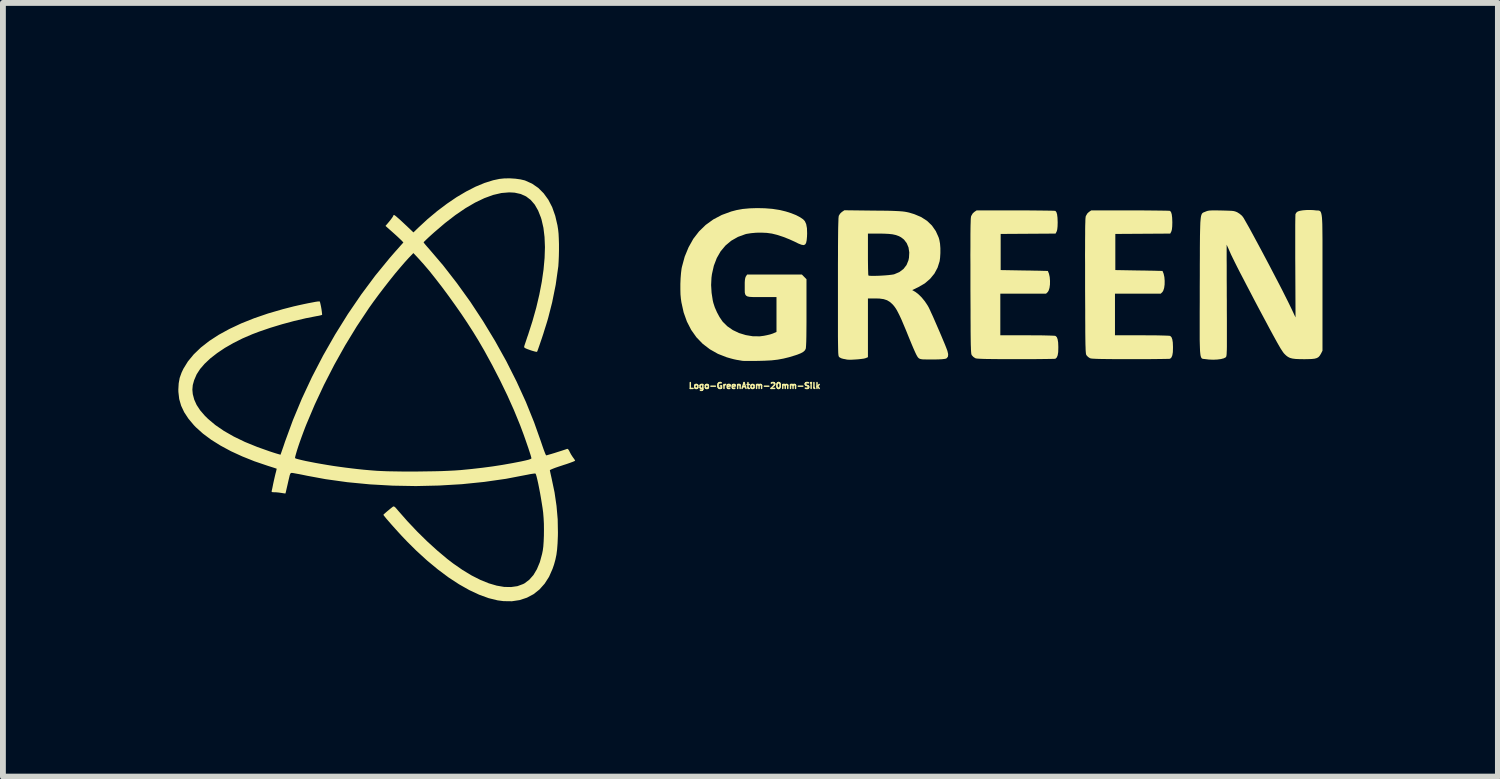
<source format=kicad_pcb>
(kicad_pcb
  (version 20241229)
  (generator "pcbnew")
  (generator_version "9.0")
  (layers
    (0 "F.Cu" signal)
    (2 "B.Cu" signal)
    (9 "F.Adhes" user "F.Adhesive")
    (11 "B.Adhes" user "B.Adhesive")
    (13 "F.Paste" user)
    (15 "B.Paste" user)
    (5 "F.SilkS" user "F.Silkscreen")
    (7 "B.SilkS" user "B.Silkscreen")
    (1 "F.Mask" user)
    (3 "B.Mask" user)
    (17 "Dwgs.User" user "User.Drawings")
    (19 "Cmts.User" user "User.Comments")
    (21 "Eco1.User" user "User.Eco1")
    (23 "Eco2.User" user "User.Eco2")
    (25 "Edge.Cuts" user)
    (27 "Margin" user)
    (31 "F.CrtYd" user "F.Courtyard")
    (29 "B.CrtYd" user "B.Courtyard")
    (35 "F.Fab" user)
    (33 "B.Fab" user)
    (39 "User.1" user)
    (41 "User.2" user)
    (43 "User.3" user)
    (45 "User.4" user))
  (footprint "Logo-GreenAtom-20mm-Silk"
    (layer "F.Cu")
    (at 9.856 3.548)
    (property "Reference" "Logo-GreenAtom-20mm-Silk" (at 0 0 0) (layer "F.SilkS") (effects (font (size 0.1 0.1) (thickness 0.1))))
    (attr board_only exclude_from_pos_files exclude_from_bom)
    (fp_poly (pts (xy 4.464 -3) (xy 4.586 -3) (xy 4.702 -2.999) (xy 4.809 -2.998) (xy 4.905 -2.997) (xy 4.988 -2.996) (xy 5.055 -2.995) (xy 5.105 -2.994) (xy 5.135 -2.992) (xy 5.144 -2.991) (xy 5.161 -2.97) (xy 5.173 -2.932) (xy 5.18 -2.875) (xy 5.183 -2.797) (xy 5.183 -2.794) (xy 5.181 -2.725) (xy 5.176 -2.676) (xy 5.168 -2.644) (xy 5.165 -2.638) (xy 5.147 -2.603) (xy 4.678 -2.6) (xy 4.208 -2.597) (xy 4.208 -1.979) (xy 4.611 -1.972) (xy 4.705 -1.971) (xy 4.792 -1.969) (xy 4.868 -1.968) (xy 4.931 -1.966) (xy 4.978 -1.965) (xy 5.007 -1.964) (xy 5.015 -1.964) (xy 5.034 -1.917) (xy 5.047 -1.859) (xy 5.052 -1.795) (xy 5.051 -1.731) (xy 5.043 -1.673) (xy 5.028 -1.627) (xy 5.013 -1.603) (xy 4.985 -1.576) (xy 4.202 -1.576) (xy 4.202 -0.864) (xy 4.664 -0.864) (xy 4.782 -0.863) (xy 4.886 -0.863) (xy 4.975 -0.861) (xy 5.048 -0.859) (xy 5.102 -0.857) (xy 5.136 -0.855) (xy 5.147 -0.852) (xy 5.168 -0.832) (xy 5.182 -0.796) (xy 5.191 -0.742) (xy 5.194 -0.668) (xy 5.194 -0.651) (xy 5.192 -0.576) (xy 5.183 -0.521) (xy 5.168 -0.485) (xy 5.146 -0.464) (xy 5.141 -0.462) (xy 5.126 -0.461) (xy 5.09 -0.46) (xy 5.035 -0.459) (xy 4.963 -0.458) (xy 4.877 -0.457) (xy 4.778 -0.456) (xy 4.668 -0.456) (xy 4.55 -0.456) (xy 4.467 -0.456) (xy 4.321 -0.456) (xy 4.197 -0.456) (xy 4.092 -0.457) (xy 4.006 -0.458) (xy 3.937 -0.459) (xy 3.882 -0.461) (xy 3.84 -0.463) (xy 3.809 -0.465) (xy 3.788 -0.468) (xy 3.775 -0.472) (xy 3.774 -0.472) (xy 3.741 -0.494) (xy 3.716 -0.521) (xy 3.712 -0.527) (xy 3.709 -0.535) (xy 3.706 -0.547) (xy 3.704 -0.564) (xy 3.702 -0.587) (xy 3.7 -0.617) (xy 3.699 -0.657) (xy 3.697 -0.707) (xy 3.696 -0.769) (xy 3.695 -0.844) (xy 3.694 -0.934) (xy 3.694 -1.039) (xy 3.693 -1.162) (xy 3.693 -1.304) (xy 3.692 -1.466) (xy 3.691 -1.65) (xy 3.691 -1.705) (xy 3.691 -1.904) (xy 3.691 -2.08) (xy 3.69 -2.236) (xy 3.691 -2.372) (xy 3.691 -2.489) (xy 3.691 -2.589) (xy 3.692 -2.673) (xy 3.693 -2.741) (xy 3.695 -2.796) (xy 3.696 -2.839) (xy 3.698 -2.87) (xy 3.701 -2.89) (xy 3.703 -2.902) (xy 3.73 -2.948) (xy 3.757 -2.973) (xy 3.797 -3)) (stroke (width 0) (type solid)) (fill yes) (layer "F.SilkS"))
    (fp_poly (pts (xy 6.425 -3) (xy 6.548 -3) (xy 6.664 -2.999) (xy 6.771 -2.998) (xy 6.866 -2.997) (xy 6.949 -2.996) (xy 7.016 -2.995) (xy 7.066 -2.994) (xy 7.097 -2.992) (xy 7.105 -2.991) (xy 7.122 -2.97) (xy 7.134 -2.932) (xy 7.141 -2.875) (xy 7.144 -2.797) (xy 7.144 -2.794) (xy 7.142 -2.725) (xy 7.137 -2.676) (xy 7.129 -2.644) (xy 7.126 -2.638) (xy 7.108 -2.603) (xy 6.639 -2.6) (xy 6.169 -2.597) (xy 6.169 -1.979) (xy 6.572 -1.972) (xy 6.666 -1.971) (xy 6.753 -1.969) (xy 6.829 -1.968) (xy 6.892 -1.966) (xy 6.939 -1.965) (xy 6.968 -1.964) (xy 6.976 -1.964) (xy 6.995 -1.917) (xy 7.008 -1.859) (xy 7.013 -1.795) (xy 7.012 -1.731) (xy 7.004 -1.673) (xy 6.989 -1.627) (xy 6.974 -1.603) (xy 6.946 -1.576) (xy 6.163 -1.576) (xy 6.163 -0.864) (xy 6.625 -0.864) (xy 6.743 -0.863) (xy 6.847 -0.863) (xy 6.936 -0.861) (xy 7.009 -0.859) (xy 7.063 -0.857) (xy 7.097 -0.855) (xy 7.108 -0.852) (xy 7.129 -0.832) (xy 7.143 -0.796) (xy 7.152 -0.742) (xy 7.155 -0.668) (xy 7.155 -0.651) (xy 7.153 -0.576) (xy 7.144 -0.521) (xy 7.129 -0.485) (xy 7.107 -0.464) (xy 7.102 -0.462) (xy 7.087 -0.461) (xy 7.051 -0.46) (xy 6.996 -0.459) (xy 6.924 -0.458) (xy 6.838 -0.457) (xy 6.739 -0.456) (xy 6.629 -0.456) (xy 6.511 -0.456) (xy 6.428 -0.456) (xy 6.282 -0.456) (xy 6.158 -0.456) (xy 6.053 -0.457) (xy 5.967 -0.458) (xy 5.898 -0.459) (xy 5.843 -0.461) (xy 5.801 -0.463) (xy 5.77 -0.465) (xy 5.749 -0.468) (xy 5.736 -0.472) (xy 5.735 -0.472) (xy 5.702 -0.494) (xy 5.677 -0.521) (xy 5.673 -0.527) (xy 5.67 -0.535) (xy 5.667 -0.547) (xy 5.665 -0.564) (xy 5.663 -0.587) (xy 5.661 -0.617) (xy 5.66 -0.657) (xy 5.658 -0.707) (xy 5.657 -0.769) (xy 5.656 -0.844) (xy 5.655 -0.934) (xy 5.655 -1.039) (xy 5.654 -1.162) (xy 5.654 -1.304) (xy 5.653 -1.466) (xy 5.652 -1.65) (xy 5.652 -1.705) (xy 5.652 -1.904) (xy 5.652 -2.08) (xy 5.651 -2.236) (xy 5.652 -2.372) (xy 5.652 -2.489) (xy 5.653 -2.589) (xy 5.653 -2.673) (xy 5.654 -2.741) (xy 5.656 -2.796) (xy 5.657 -2.839) (xy 5.659 -2.87) (xy 5.662 -2.89) (xy 5.664 -2.902) (xy 5.691 -2.948) (xy 5.718 -2.973) (xy 5.758 -3)) (stroke (width 0) (type solid)) (fill yes) (layer "F.SilkS"))
    (fp_poly (pts (xy 0.176 -3.036) (xy 0.303 -3.026) (xy 0.419 -3.008) (xy 0.436 -3.005) (xy 0.534 -2.981) (xy 0.625 -2.952) (xy 0.708 -2.919) (xy 0.777 -2.883) (xy 0.83 -2.847) (xy 0.86 -2.814) (xy 0.882 -2.765) (xy 0.895 -2.695) (xy 0.898 -2.607) (xy 0.896 -2.551) (xy 0.89 -2.487) (xy 0.88 -2.442) (xy 0.863 -2.416) (xy 0.837 -2.406) (xy 0.799 -2.413) (xy 0.746 -2.434) (xy 0.69 -2.462) (xy 0.593 -2.506) (xy 0.489 -2.547) (xy 0.385 -2.581) (xy 0.292 -2.604) (xy 0.288 -2.604) (xy 0.209 -2.615) (xy 0.12 -2.619) (xy 0.027 -2.618) (xy -0.061 -2.61) (xy -0.137 -2.598) (xy -0.157 -2.593) (xy -0.286 -2.546) (xy -0.4 -2.481) (xy -0.498 -2.399) (xy -0.581 -2.3) (xy -0.647 -2.185) (xy -0.697 -2.055) (xy -0.73 -1.909) (xy -0.738 -1.849) (xy -0.744 -1.723) (xy -0.736 -1.59) (xy -0.716 -1.461) (xy -0.706 -1.418) (xy -0.681 -1.341) (xy -0.644 -1.257) (xy -0.601 -1.177) (xy -0.555 -1.109) (xy -0.545 -1.095) (xy -0.467 -1.018) (xy -0.373 -0.953) (xy -0.266 -0.902) (xy -0.151 -0.867) (xy -0.031 -0.847) (xy 0.09 -0.846) (xy 0.158 -0.855) (xy 0.213 -0.866) (xy 0.267 -0.879) (xy 0.309 -0.893) (xy 0.319 -0.897) (xy 0.374 -0.921) (xy 0.374 -1.517) (xy 0.124 -1.517) (xy 0.034 -1.517) (xy -0.036 -1.518) (xy -0.087 -1.521) (xy -0.124 -1.529) (xy -0.147 -1.543) (xy -0.161 -1.564) (xy -0.168 -1.594) (xy -0.169 -1.636) (xy -0.169 -1.69) (xy -0.169 -1.703) (xy -0.169 -1.766) (xy -0.166 -1.81) (xy -0.161 -1.84) (xy -0.154 -1.862) (xy -0.149 -1.871) (xy -0.128 -1.903) (xy 0.808 -1.903) (xy 0.887 -1.823) (xy 0.887 -1.246) (xy 0.887 -1.089) (xy 0.886 -0.955) (xy 0.885 -0.844) (xy 0.883 -0.756) (xy 0.88 -0.691) (xy 0.877 -0.65) (xy 0.874 -0.632) (xy 0.859 -0.605) (xy 0.832 -0.58) (xy 0.791 -0.557) (xy 0.731 -0.533) (xy 0.695 -0.521) (xy 0.59 -0.489) (xy 0.492 -0.465) (xy 0.394 -0.447) (xy 0.29 -0.435) (xy 0.175 -0.429) (xy 0.07 -0.426) (xy -0.006 -0.425) (xy -0.075 -0.425) (xy -0.135 -0.425) (xy -0.179 -0.425) (xy -0.206 -0.427) (xy -0.21 -0.427) (xy -0.238 -0.432) (xy -0.278 -0.439) (xy -0.309 -0.444) (xy -0.356 -0.454) (xy -0.413 -0.469) (xy -0.468 -0.485) (xy -0.473 -0.486) (xy -0.627 -0.546) (xy -0.765 -0.624) (xy -0.888 -0.718) (xy -0.995 -0.829) (xy -1.085 -0.956) (xy -1.158 -1.098) (xy -1.214 -1.255) (xy -1.252 -1.427) (xy -1.261 -1.489) (xy -1.268 -1.563) (xy -1.27 -1.65) (xy -1.27 -1.744) (xy -1.266 -1.838) (xy -1.259 -1.926) (xy -1.25 -2) (xy -1.244 -2.031) (xy -1.196 -2.208) (xy -1.13 -2.368) (xy -1.049 -2.513) (xy -0.951 -2.64) (xy -0.837 -2.751) (xy -0.707 -2.845) (xy -0.561 -2.922) (xy -0.4 -2.981) (xy -0.309 -3.005) (xy -0.204 -3.024) (xy -0.084 -3.035) (xy 0.045 -3.039)) (stroke (width 0) (type solid)) (fill yes) (layer "F.SilkS"))
    (fp_poly (pts (xy 2.031 -2.996) (xy 2.156 -2.995) (xy 2.261 -2.994) (xy 2.348 -2.992) (xy 2.419 -2.989) (xy 2.478 -2.986) (xy 2.528 -2.982) (xy 2.569 -2.977) (xy 2.607 -2.97) (xy 2.643 -2.962) (xy 2.679 -2.951) (xy 2.719 -2.939) (xy 2.734 -2.934) (xy 2.848 -2.886) (xy 2.949 -2.821) (xy 3.033 -2.74) (xy 3.099 -2.645) (xy 3.147 -2.538) (xy 3.159 -2.497) (xy 3.171 -2.432) (xy 3.177 -2.353) (xy 3.177 -2.269) (xy 3.172 -2.189) (xy 3.164 -2.13) (xy 3.129 -2.02) (xy 3.075 -1.919) (xy 3.001 -1.829) (xy 2.91 -1.751) (xy 2.803 -1.689) (xy 2.802 -1.688) (xy 2.695 -1.637) (xy 2.747 -1.607) (xy 2.8 -1.567) (xy 2.857 -1.511) (xy 2.911 -1.445) (xy 2.959 -1.373) (xy 2.976 -1.343) (xy 2.994 -1.306) (xy 3.019 -1.251) (xy 3.05 -1.184) (xy 3.084 -1.106) (xy 3.12 -1.023) (xy 3.157 -0.938) (xy 3.193 -0.854) (xy 3.226 -0.775) (xy 3.255 -0.706) (xy 3.278 -0.648) (xy 3.293 -0.607) (xy 3.297 -0.598) (xy 3.31 -0.542) (xy 3.307 -0.501) (xy 3.287 -0.473) (xy 3.271 -0.464) (xy 3.245 -0.459) (xy 3.199 -0.454) (xy 3.134 -0.451) (xy 3.052 -0.45) (xy 3.039 -0.45) (xy 2.965 -0.45) (xy 2.911 -0.451) (xy 2.872 -0.452) (xy 2.846 -0.456) (xy 2.827 -0.461) (xy 2.813 -0.468) (xy 2.805 -0.474) (xy 2.794 -0.485) (xy 2.781 -0.504) (xy 2.765 -0.533) (xy 2.745 -0.575) (xy 2.72 -0.631) (xy 2.689 -0.704) (xy 2.651 -0.796) (xy 2.637 -0.83) (xy 2.589 -0.949) (xy 2.547 -1.048) (xy 2.512 -1.131) (xy 2.481 -1.198) (xy 2.454 -1.252) (xy 2.43 -1.297) (xy 2.408 -1.332) (xy 2.386 -1.362) (xy 2.363 -1.389) (xy 2.362 -1.39) (xy 2.315 -1.433) (xy 2.265 -1.463) (xy 2.207 -1.482) (xy 2.135 -1.492) (xy 2.06 -1.494) (xy 1.938 -1.494) (xy 1.938 -0.489) (xy 1.896 -0.472) (xy 1.869 -0.465) (xy 1.825 -0.459) (xy 1.771 -0.453) (xy 1.713 -0.449) (xy 1.657 -0.446) (xy 1.611 -0.446) (xy 1.579 -0.448) (xy 1.576 -0.449) (xy 1.553 -0.454) (xy 1.52 -0.46) (xy 1.514 -0.461) (xy 1.478 -0.472) (xy 1.449 -0.489) (xy 1.447 -0.491) (xy 1.443 -0.495) (xy 1.44 -0.501) (xy 1.437 -0.509) (xy 1.434 -0.522) (xy 1.432 -0.54) (xy 1.43 -0.565) (xy 1.429 -0.599) (xy 1.428 -0.642) (xy 1.427 -0.696) (xy 1.426 -0.763) (xy 1.425 -0.843) (xy 1.425 -0.939) (xy 1.425 -1.051) (xy 1.425 -1.181) (xy 1.425 -1.33) (xy 1.425 -1.5) (xy 1.425 -1.69) (xy 1.425 -1.896) (xy 1.425 -2.079) (xy 1.426 -2.242) (xy 1.426 -2.383) (xy 1.427 -2.506) (xy 1.428 -2.603) (xy 1.938 -2.603) (xy 1.938 -2.249) (xy 1.938 -2.16) (xy 1.939 -2.079) (xy 1.94 -2.008) (xy 1.942 -1.951) (xy 1.943 -1.91) (xy 1.946 -1.888) (xy 1.946 -1.886) (xy 1.962 -1.882) (xy 1.997 -1.88) (xy 2.045 -1.88) (xy 2.103 -1.881) (xy 2.167 -1.884) (xy 2.23 -1.888) (xy 2.289 -1.893) (xy 2.34 -1.899) (xy 2.378 -1.905) (xy 2.389 -1.908) (xy 2.476 -1.945) (xy 2.546 -1.998) (xy 2.598 -2.065) (xy 2.631 -2.146) (xy 2.64 -2.19) (xy 2.645 -2.281) (xy 2.632 -2.366) (xy 2.601 -2.44) (xy 2.554 -2.501) (xy 2.504 -2.54) (xy 2.46 -2.562) (xy 2.412 -2.579) (xy 2.357 -2.591) (xy 2.291 -2.598) (xy 2.208 -2.602) (xy 2.127 -2.603) (xy 1.938 -2.603) (xy 1.428 -2.603) (xy 1.428 -2.61) (xy 1.429 -2.697) (xy 1.431 -2.767) (xy 1.433 -2.822) (xy 1.434 -2.863) (xy 1.437 -2.89) (xy 1.439 -2.905) (xy 1.439 -2.906) (xy 1.461 -2.943) (xy 1.493 -2.974) (xy 1.494 -2.974) (xy 1.535 -3.002)) (stroke (width 0) (type solid)) (fill yes) (layer "F.SilkS"))
    (fp_poly (pts (xy 9.564 -3.004) (xy 9.587 -3.001) (xy 9.608 -2.999) (xy 9.625 -2.998) (xy 9.641 -2.998) (xy 9.655 -2.995) (xy 9.667 -2.99) (xy 9.677 -2.981) (xy 9.685 -2.966) (xy 9.692 -2.945) (xy 9.698 -2.916) (xy 9.703 -2.877) (xy 9.706 -2.828) (xy 9.709 -2.767) (xy 9.71 -2.692) (xy 9.711 -2.603) (xy 9.712 -2.498) (xy 9.712 -2.375) (xy 9.712 -2.234) (xy 9.712 -2.073) (xy 9.712 -1.891) (xy 9.712 -1.775) (xy 9.712 -0.6) (xy 9.686 -0.549) (xy 9.666 -0.516) (xy 9.645 -0.492) (xy 9.617 -0.475) (xy 9.579 -0.464) (xy 9.527 -0.458) (xy 9.459 -0.456) (xy 9.405 -0.455) (xy 9.318 -0.456) (xy 9.25 -0.459) (xy 9.197 -0.466) (xy 9.156 -0.477) (xy 9.122 -0.494) (xy 9.091 -0.517) (xy 9.064 -0.543) (xy 9.051 -0.557) (xy 9.036 -0.577) (xy 9.019 -0.603) (xy 8.997 -0.636) (xy 8.972 -0.679) (xy 8.941 -0.733) (xy 8.905 -0.798) (xy 8.861 -0.878) (xy 8.81 -0.972) (xy 8.751 -1.083) (xy 8.682 -1.212) (xy 8.612 -1.343) (xy 8.545 -1.47) (xy 8.48 -1.595) (xy 8.417 -1.715) (xy 8.358 -1.829) (xy 8.303 -1.934) (xy 8.255 -2.028) (xy 8.214 -2.11) (xy 8.181 -2.177) (xy 8.157 -2.226) (xy 8.147 -2.247) (xy 8.122 -2.304) (xy 8.101 -2.352) (xy 8.084 -2.388) (xy 8.075 -2.409) (xy 8.073 -2.412) (xy 8.073 -2.401) (xy 8.073 -2.369) (xy 8.073 -2.316) (xy 8.073 -2.245) (xy 8.073 -2.158) (xy 8.074 -2.056) (xy 8.074 -1.941) (xy 8.074 -1.815) (xy 8.075 -1.679) (xy 8.075 -1.536) (xy 8.076 -1.461) (xy 8.076 -1.289) (xy 8.077 -1.14) (xy 8.077 -1.011) (xy 8.077 -0.9) (xy 8.077 -0.807) (xy 8.077 -0.729) (xy 8.077 -0.666) (xy 8.076 -0.615) (xy 8.074 -0.576) (xy 8.073 -0.546) (xy 8.071 -0.524) (xy 8.068 -0.509) (xy 8.065 -0.499) (xy 8.062 -0.492) (xy 8.058 -0.488) (xy 8.057 -0.487) (xy 8.025 -0.47) (xy 7.975 -0.457) (xy 7.912 -0.449) (xy 7.842 -0.446) (xy 7.769 -0.449) (xy 7.71 -0.456) (xy 7.694 -0.458) (xy 7.68 -0.459) (xy 7.667 -0.461) (xy 7.656 -0.464) (xy 7.647 -0.47) (xy 7.639 -0.481) (xy 7.632 -0.498) (xy 7.626 -0.521) (xy 7.622 -0.553) (xy 7.618 -0.595) (xy 7.616 -0.647) (xy 7.614 -0.712) (xy 7.612 -0.791) (xy 7.612 -0.885) (xy 7.612 -0.994) (xy 7.612 -1.122) (xy 7.612 -1.268) (xy 7.613 -1.435) (xy 7.613 -1.623) (xy 7.613 -1.697) (xy 7.614 -1.894) (xy 7.614 -2.069) (xy 7.615 -2.224) (xy 7.615 -2.359) (xy 7.616 -2.476) (xy 7.617 -2.577) (xy 7.619 -2.662) (xy 7.621 -2.733) (xy 7.623 -2.792) (xy 7.627 -2.839) (xy 7.631 -2.877) (xy 7.636 -2.905) (xy 7.643 -2.927) (xy 7.65 -2.942) (xy 7.659 -2.953) (xy 7.669 -2.961) (xy 7.68 -2.966) (xy 7.693 -2.971) (xy 7.708 -2.977) (xy 7.712 -2.979) (xy 7.733 -2.987) (xy 7.754 -2.993) (xy 7.781 -2.997) (xy 7.816 -2.999) (xy 7.864 -3) (xy 7.928 -2.999) (xy 7.982 -2.998) (xy 8.06 -2.996) (xy 8.119 -2.994) (xy 8.162 -2.992) (xy 8.194 -2.988) (xy 8.218 -2.982) (xy 8.239 -2.974) (xy 8.255 -2.967) (xy 8.296 -2.941) (xy 8.335 -2.908) (xy 8.346 -2.894) (xy 8.362 -2.872) (xy 8.386 -2.83) (xy 8.419 -2.772) (xy 8.46 -2.7) (xy 8.506 -2.615) (xy 8.558 -2.519) (xy 8.614 -2.415) (xy 8.673 -2.305) (xy 8.734 -2.19) (xy 8.796 -2.073) (xy 8.857 -1.956) (xy 8.917 -1.841) (xy 8.975 -1.73) (xy 9.029 -1.625) (xy 9.078 -1.527) (xy 9.122 -1.44) (xy 9.158 -1.366) (xy 9.187 -1.306) (xy 9.251 -1.169) (xy 9.247 -2.038) (xy 9.246 -2.179) (xy 9.246 -2.314) (xy 9.246 -2.44) (xy 9.246 -2.557) (xy 9.246 -2.661) (xy 9.246 -2.751) (xy 9.247 -2.826) (xy 9.248 -2.883) (xy 9.249 -2.92) (xy 9.25 -2.936) (xy 9.265 -2.962) (xy 9.289 -2.981) (xy 9.324 -2.992) (xy 9.376 -3.001) (xy 9.438 -3.006) (xy 9.503 -3.007)) (stroke (width 0) (type solid)) (fill yes) (layer "F.SilkS"))
    (fp_poly (pts (xy -4.092 -3.542) (xy -4.005 -3.53) (xy -3.932 -3.513) (xy -3.924 -3.51) (xy -3.806 -3.457) (xy -3.7 -3.384) (xy -3.608 -3.292) (xy -3.528 -3.182) (xy -3.462 -3.054) (xy -3.41 -2.907) (xy -3.372 -2.744) (xy -3.36 -2.667) (xy -3.353 -2.601) (xy -3.349 -2.517) (xy -3.346 -2.422) (xy -3.346 -2.321) (xy -3.348 -2.221) (xy -3.352 -2.128) (xy -3.357 -2.046) (xy -3.36 -2.025) (xy -3.402 -1.728) (xy -3.463 -1.425) (xy -3.531 -1.159) (xy -3.547 -1.104) (xy -3.567 -1.039) (xy -3.59 -0.967) (xy -3.613 -0.892) (xy -3.637 -0.819) (xy -3.661 -0.749) (xy -3.682 -0.687) (xy -3.7 -0.636) (xy -3.713 -0.6) (xy -3.721 -0.582) (xy -3.722 -0.581) (xy -3.736 -0.581) (xy -3.766 -0.588) (xy -3.808 -0.6) (xy -3.838 -0.61) (xy -3.888 -0.628) (xy -3.92 -0.642) (xy -3.937 -0.653) (xy -3.942 -0.663) (xy -3.941 -0.671) (xy -3.936 -0.69) (xy -3.924 -0.726) (xy -3.907 -0.776) (xy -3.888 -0.834) (xy -3.875 -0.87) (xy -3.8 -1.104) (xy -3.735 -1.335) (xy -3.682 -1.56) (xy -3.64 -1.778) (xy -3.61 -1.987) (xy -3.592 -2.186) (xy -3.586 -2.372) (xy -3.593 -2.545) (xy -3.612 -2.702) (xy -3.644 -2.841) (xy -3.655 -2.877) (xy -3.703 -2.998) (xy -3.761 -3.099) (xy -3.83 -3.179) (xy -3.909 -3.239) (xy -4 -3.28) (xy -4.104 -3.303) (xy -4.196 -3.308) (xy -4.33 -3.297) (xy -4.472 -3.264) (xy -4.622 -3.209) (xy -4.779 -3.134) (xy -4.944 -3.038) (xy -5.117 -2.92) (xy -5.296 -2.782) (xy -5.482 -2.623) (xy -5.53 -2.58) (xy -5.576 -2.538) (xy -5.614 -2.502) (xy -5.643 -2.474) (xy -5.659 -2.457) (xy -5.661 -2.453) (xy -5.654 -2.442) (xy -5.634 -2.417) (xy -5.605 -2.383) (xy -5.572 -2.346) (xy -5.328 -2.06) (xy -5.092 -1.756) (xy -4.863 -1.438) (xy -4.646 -1.108) (xy -4.44 -0.768) (xy -4.248 -0.423) (xy -4.072 -0.074) (xy -3.912 0.276) (xy -3.772 0.623) (xy -3.657 0.947) (xy -3.633 1.018) (xy -3.611 1.081) (xy -3.592 1.132) (xy -3.577 1.169) (xy -3.567 1.188) (xy -3.564 1.19) (xy -3.55 1.187) (xy -3.519 1.178) (xy -3.474 1.165) (xy -3.421 1.149) (xy -3.365 1.131) (xy -3.311 1.114) (xy -3.262 1.098) (xy -3.223 1.085) (xy -3.204 1.078) (xy -3.19 1.084) (xy -3.172 1.111) (xy -3.164 1.128) (xy -3.141 1.172) (xy -3.114 1.214) (xy -3.104 1.228) (xy -3.084 1.255) (xy -3.072 1.276) (xy -3.07 1.281) (xy -3.081 1.288) (xy -3.11 1.3) (xy -3.155 1.317) (xy -3.212 1.337) (xy -3.278 1.358) (xy -3.286 1.361) (xy -3.353 1.383) (xy -3.411 1.403) (xy -3.457 1.421) (xy -3.489 1.435) (xy -3.502 1.443) (xy -3.502 1.443) (xy -3.499 1.46) (xy -3.492 1.494) (xy -3.482 1.539) (xy -3.473 1.579) (xy -3.422 1.822) (xy -3.388 2.054) (xy -3.368 2.283) (xy -3.364 2.513) (xy -3.365 2.571) (xy -3.37 2.694) (xy -3.378 2.799) (xy -3.39 2.891) (xy -3.408 2.976) (xy -3.431 3.059) (xy -3.456 3.131) (xy -3.516 3.267) (xy -3.591 3.384) (xy -3.68 3.484) (xy -3.781 3.564) (xy -3.894 3.624) (xy -4.018 3.665) (xy -4.151 3.685) (xy -4.294 3.683) (xy -4.394 3.67) (xy -4.549 3.632) (xy -4.711 3.573) (xy -4.88 3.494) (xy -5.055 3.395) (xy -5.234 3.278) (xy -5.416 3.142) (xy -5.601 2.989) (xy -5.787 2.819) (xy -5.942 2.665) (xy -5.99 2.615) (xy -6.043 2.559) (xy -6.097 2.5) (xy -6.152 2.439) (xy -6.204 2.381) (xy -6.251 2.327) (xy -6.292 2.28) (xy -6.323 2.242) (xy -6.343 2.217) (xy -6.349 2.206) (xy -6.341 2.197) (xy -6.319 2.177) (xy -6.288 2.15) (xy -6.254 2.122) (xy -6.22 2.094) (xy -6.193 2.073) (xy -6.187 2.068) (xy -6.175 2.063) (xy -6.163 2.066) (xy -6.145 2.08) (xy -6.119 2.109) (xy -6.099 2.133) (xy -5.939 2.315) (xy -5.771 2.493) (xy -5.599 2.662) (xy -5.426 2.819) (xy -5.257 2.961) (xy -5.154 3.04) (xy -4.994 3.151) (xy -4.84 3.244) (xy -4.69 3.32) (xy -4.547 3.378) (xy -4.411 3.418) (xy -4.283 3.44) (xy -4.165 3.442) (xy -4.057 3.427) (xy -3.96 3.391) (xy -3.936 3.379) (xy -3.855 3.318) (xy -3.783 3.237) (xy -3.723 3.136) (xy -3.673 3.016) (xy -3.635 2.876) (xy -3.623 2.817) (xy -3.614 2.749) (xy -3.608 2.662) (xy -3.604 2.565) (xy -3.603 2.462) (xy -3.604 2.359) (xy -3.609 2.262) (xy -3.616 2.176) (xy -3.617 2.165) (xy -3.627 2.09) (xy -3.64 2.008) (xy -3.654 1.922) (xy -3.669 1.836) (xy -3.685 1.753) (xy -3.7 1.677) (xy -3.715 1.61) (xy -3.728 1.556) (xy -3.739 1.519) (xy -3.747 1.502) (xy -3.761 1.5) (xy -3.793 1.504) (xy -3.839 1.511) (xy -3.893 1.522) (xy -3.894 1.522) (xy -4.253 1.591) (xy -4.625 1.644) (xy -5.008 1.683) (xy -5.399 1.706) (xy -5.793 1.715) (xy -6.188 1.708) (xy -6.579 1.686) (xy -6.964 1.649) (xy -7.338 1.597) (xy -7.652 1.539) (xy -7.724 1.524) (xy -7.79 1.511) (xy -7.846 1.501) (xy -7.888 1.493) (xy -7.912 1.49) (xy -7.914 1.49) (xy -7.925 1.49) (xy -7.934 1.495) (xy -7.942 1.507) (xy -7.951 1.53) (xy -7.96 1.568) (xy -7.973 1.623) (xy -7.982 1.663) (xy -7.996 1.724) (xy -8.008 1.776) (xy -8.017 1.815) (xy -8.023 1.838) (xy -8.024 1.841) (xy -8.036 1.841) (xy -8.064 1.837) (xy -8.089 1.833) (xy -8.138 1.826) (xy -8.19 1.821) (xy -8.208 1.821) (xy -8.243 1.82) (xy -8.258 1.815) (xy -8.261 1.805) (xy -8.26 1.801) (xy -8.255 1.78) (xy -8.247 1.743) (xy -8.238 1.698) (xy -8.236 1.687) (xy -8.223 1.627) (xy -8.208 1.561) (xy -8.195 1.506) (xy -8.184 1.465) (xy -8.177 1.434) (xy -8.174 1.418) (xy -8.174 1.418) (xy -8.186 1.414) (xy -8.215 1.404) (xy -8.259 1.39) (xy -8.313 1.373) (xy -8.334 1.366) (xy -8.555 1.291) (xy -8.707 1.23) (xy -7.86 1.23) (xy -7.86 1.237) (xy -7.841 1.246) (xy -7.802 1.257) (xy -7.745 1.271) (xy -7.674 1.287) (xy -7.592 1.303) (xy -7.5 1.321) (xy -7.403 1.338) (xy -7.303 1.355) (xy -7.203 1.371) (xy -7.126 1.382) (xy -7.001 1.399) (xy -6.889 1.413) (xy -6.785 1.425) (xy -6.679 1.436) (xy -6.564 1.446) (xy -6.461 1.454) (xy -6.379 1.458) (xy -6.279 1.462) (xy -6.162 1.464) (xy -6.034 1.466) (xy -5.898 1.466) (xy -5.758 1.466) (xy -5.618 1.464) (xy -5.482 1.462) (xy -5.353 1.459) (xy -5.236 1.454) (xy -5.134 1.449) (xy -5.05 1.443) (xy -5.043 1.443) (xy -4.84 1.423) (xy -4.656 1.402) (xy -4.482 1.379) (xy -4.314 1.353) (xy -4.145 1.323) (xy -3.995 1.294) (xy -3.922 1.278) (xy -3.869 1.265) (xy -3.836 1.254) (xy -3.82 1.245) (xy -3.817 1.241) (xy -3.821 1.221) (xy -3.832 1.183) (xy -3.849 1.13) (xy -3.87 1.066) (xy -3.895 0.993) (xy -3.922 0.915) (xy -3.95 0.836) (xy -3.979 0.758) (xy -4.006 0.686) (xy -4.019 0.653) (xy -4.118 0.412) (xy -4.231 0.16) (xy -4.355 -0.096) (xy -4.487 -0.352) (xy -4.623 -0.601) (xy -4.725 -0.776) (xy -4.813 -0.92) (xy -4.911 -1.072) (xy -5.015 -1.228) (xy -5.125 -1.385) (xy -5.237 -1.541) (xy -5.349 -1.692) (xy -5.459 -1.834) (xy -5.564 -1.966) (xy -5.664 -2.083) (xy -5.754 -2.183) (xy -5.754 -2.183) (xy -5.836 -2.27) (xy -5.914 -2.189) (xy -5.984 -2.112) (xy -6.063 -2.02) (xy -6.151 -1.916) (xy -6.242 -1.802) (xy -6.335 -1.683) (xy -6.428 -1.561) (xy -6.516 -1.442) (xy -6.598 -1.327) (xy -6.603 -1.319) (xy -6.806 -1.014) (xy -7.003 -0.691) (xy -7.19 -0.357) (xy -7.365 -0.016) (xy -7.525 0.326) (xy -7.668 0.664) (xy -7.687 0.712) (xy -7.718 0.794) (xy -7.749 0.878) (xy -7.778 0.959) (xy -7.804 1.035) (xy -7.826 1.103) (xy -7.843 1.161) (xy -7.855 1.204) (xy -7.86 1.23) (xy -8.707 1.23) (xy -8.762 1.208) (xy -8.956 1.119) (xy -9.134 1.023) (xy -9.294 0.923) (xy -9.435 0.818) (xy -9.554 0.711) (xy -9.589 0.675) (xy -9.683 0.563) (xy -9.756 0.452) (xy -9.808 0.341) (xy -9.841 0.227) (xy -9.855 0.106) (xy -9.856 0.064) (xy -9.85 -0.041) (xy -9.833 -0.135) (xy -9.8 -0.227) (xy -9.769 -0.292) (xy -9.692 -0.417) (xy -9.592 -0.538) (xy -9.471 -0.654) (xy -9.328 -0.766) (xy -9.165 -0.872) (xy -8.982 -0.972) (xy -8.78 -1.067) (xy -8.56 -1.155) (xy -8.321 -1.237) (xy -8.066 -1.311) (xy -7.879 -1.359) (xy -7.795 -1.378) (xy -7.713 -1.396) (xy -7.636 -1.412) (xy -7.567 -1.425) (xy -7.51 -1.436) (xy -7.468 -1.442) (xy -7.443 -1.443) (xy -7.438 -1.442) (xy -7.432 -1.427) (xy -7.425 -1.397) (xy -7.416 -1.356) (xy -7.408 -1.311) (xy -7.402 -1.268) (xy -7.398 -1.234) (xy -7.397 -1.215) (xy -7.398 -1.213) (xy -7.413 -1.208) (xy -7.444 -1.2) (xy -7.486 -1.192) (xy -7.488 -1.192) (xy -7.677 -1.155) (xy -7.877 -1.108) (xy -8.081 -1.053) (xy -8.282 -0.992) (xy -8.472 -0.927) (xy -8.591 -0.882) (xy -8.758 -0.81) (xy -8.915 -0.731) (xy -9.06 -0.648) (xy -9.191 -0.56) (xy -9.307 -0.47) (xy -9.405 -0.378) (xy -9.484 -0.287) (xy -9.542 -0.197) (xy -9.547 -0.186) (xy -9.586 -0.095) (xy -9.609 -0.013) (xy -9.616 0.066) (xy -9.609 0.143) (xy -9.584 0.237) (xy -9.543 0.328) (xy -9.483 0.419) (xy -9.403 0.512) (xy -9.346 0.568) (xy -9.222 0.672) (xy -9.076 0.772) (xy -8.908 0.868) (xy -8.718 0.96) (xy -8.507 1.046) (xy -8.296 1.121) (xy -8.235 1.141) (xy -8.181 1.158) (xy -8.14 1.17) (xy -8.115 1.177) (xy -8.108 1.178) (xy -8.104 1.166) (xy -8.093 1.135) (xy -8.077 1.089) (xy -8.057 1.032) (xy -8.035 0.966) (xy -8.032 0.957) (xy -7.897 0.589) (xy -7.743 0.219) (xy -7.57 -0.151) (xy -7.38 -0.517) (xy -7.175 -0.876) (xy -6.957 -1.226) (xy -6.727 -1.563) (xy -6.488 -1.884) (xy -6.24 -2.187) (xy -6.147 -2.294) (xy -6.108 -2.337) (xy -6.073 -2.377) (xy -6.046 -2.408) (xy -6.03 -2.425) (xy -6.007 -2.452) (xy -6.047 -2.493) (xy -6.072 -2.517) (xy -6.109 -2.552) (xy -6.154 -2.593) (xy -6.2 -2.634) (xy -6.313 -2.734) (xy -6.251 -2.807) (xy -6.221 -2.845) (xy -6.197 -2.878) (xy -6.182 -2.902) (xy -6.181 -2.906) (xy -6.175 -2.919) (xy -6.167 -2.922) (xy -6.15 -2.912) (xy -6.127 -2.894) (xy -6.102 -2.872) (xy -6.064 -2.839) (xy -6.019 -2.797) (xy -5.971 -2.752) (xy -5.958 -2.74) (xy -5.835 -2.623) (xy -5.757 -2.699) (xy -5.595 -2.849) (xy -5.43 -2.987) (xy -5.263 -3.113) (xy -5.097 -3.226) (xy -4.933 -3.323) (xy -4.773 -3.405) (xy -4.619 -3.469) (xy -4.473 -3.515) (xy -4.364 -3.538) (xy -4.279 -3.547) (xy -4.185 -3.548)) (stroke (width 0) (type solid)) (fill yes) (layer "F.SilkS")))
  (gr_rect
    (start -3 -3)
    (end 22.568 10.232)
    (stroke (width 0.1) (type default))
    (fill no)
    (layer "Edge.Cuts")))
</source>
